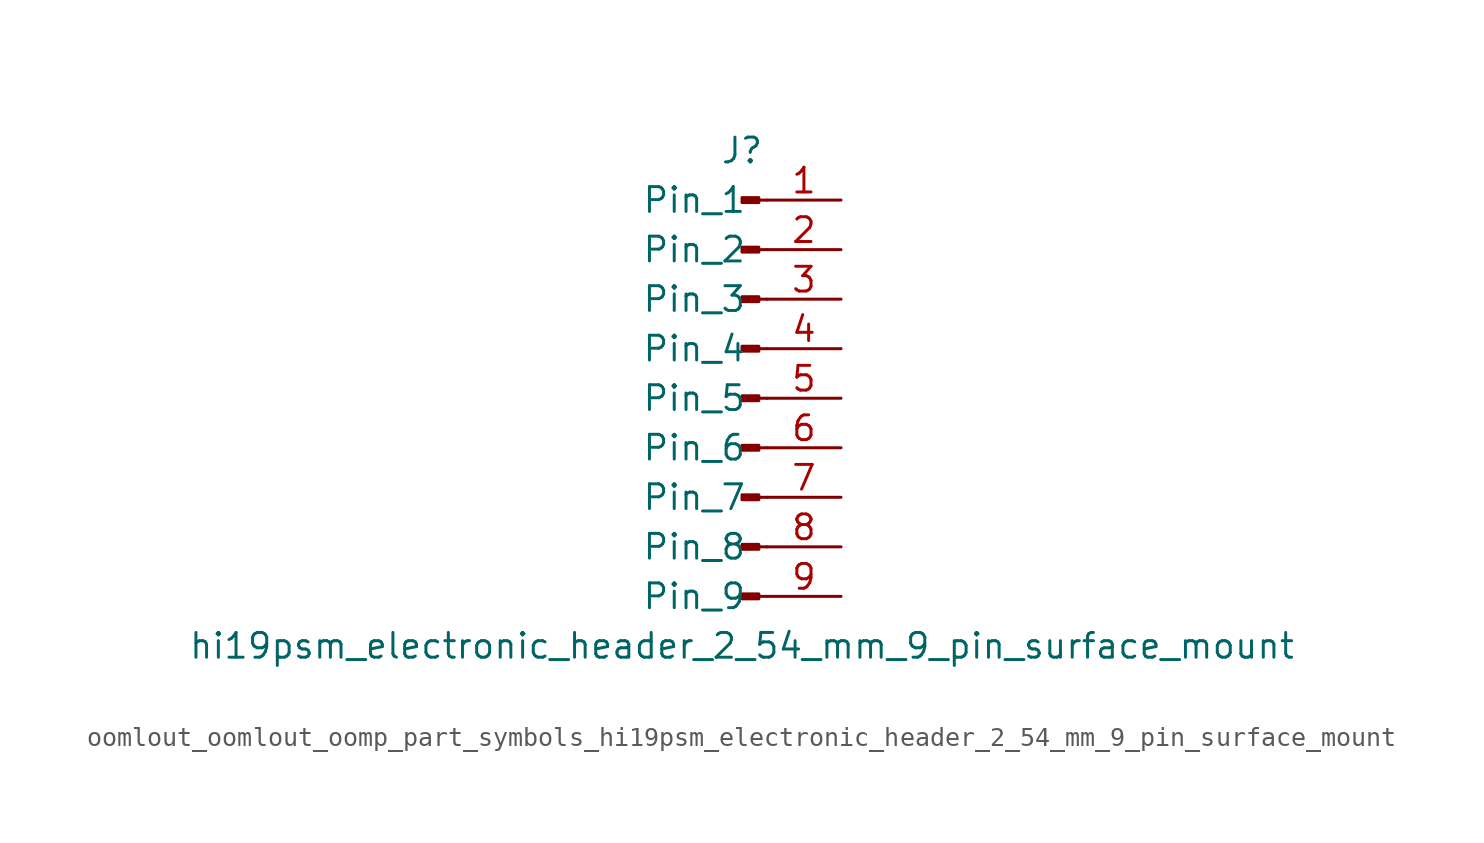
<source format=kicad_sym>
(kicad_symbol_lib
  (version 20220914)
  (generator kicad_symbol_editor)
  (symbol "oomlout_oomlout_oomp_part_symbols_hi19psm_electronic_header_2_54_mm_9_pin_surface_mount"
    (pin_names
      (offset 1.016))
    (property "Reference" "J"
      (at 0 12.7 0)
      (effects (font (size 1.27 1.27))))
    (property "Value" "hi19psm_electronic_header_2_54_mm_9_pin_surface_mount"
      (at 0 -12.7 0)
      (effects (font (size 1.27 1.27))))
    (property "ki_locked" ""
      (at 0 0 0)
      (effects (font (size 1.27 1.27))))
    (symbol "oomlout_oomlout_oomp_part_symbols_hi19psm_electronic_header_2_54_mm_9_pin_surface_mount_1_1"
      (polyline (pts (xy 1.27 -10.16) (xy 0.864 -10.16)) (stroke (width 0.152) (type default)) (fill (type none)))
      (polyline (pts (xy 1.27 -7.62) (xy 0.864 -7.62)) (stroke (width 0.152) (type default)) (fill (type none)))
      (polyline (pts (xy 1.27 -5.08) (xy 0.864 -5.08)) (stroke (width 0.152) (type default)) (fill (type none)))
      (polyline (pts (xy 1.27 -2.54) (xy 0.864 -2.54)) (stroke (width 0.152) (type default)) (fill (type none)))
      (polyline (pts (xy 1.27 0) (xy 0.864 0)) (stroke (width 0.152) (type default)) (fill (type none)))
      (polyline (pts (xy 1.27 2.54) (xy 0.864 2.54)) (stroke (width 0.152) (type default)) (fill (type none)))
      (polyline (pts (xy 1.27 5.08) (xy 0.864 5.08)) (stroke (width 0.152) (type default)) (fill (type none)))
      (polyline (pts (xy 1.27 7.62) (xy 0.864 7.62)) (stroke (width 0.152) (type default)) (fill (type none)))
      (polyline (pts (xy 1.27 10.16) (xy 0.864 10.16)) (stroke (width 0.152) (type default)) (fill (type none)))
      (rectangle (start 0.864 -10.033) (end 0 -10.287) (stroke (width 0.152) (type default)) (fill (type outline)))
      (rectangle (start 0.864 -7.493) (end 0 -7.747) (stroke (width 0.152) (type default)) (fill (type outline)))
      (rectangle (start 0.864 -4.953) (end 0 -5.207) (stroke (width 0.152) (type default)) (fill (type outline)))
      (rectangle (start 0.864 -2.413) (end 0 -2.667) (stroke (width 0.152) (type default)) (fill (type outline)))
      (rectangle (start 0.864 0.127) (end 0 -0.127) (stroke (width 0.152) (type default)) (fill (type outline)))
      (rectangle (start 0.864 2.667) (end 0 2.413) (stroke (width 0.152) (type default)) (fill (type outline)))
      (rectangle (start 0.864 5.207) (end 0 4.953) (stroke (width 0.152) (type default)) (fill (type outline)))
      (rectangle (start 0.864 7.747) (end 0 7.493) (stroke (width 0.152) (type default)) (fill (type outline)))
      (rectangle (start 0.864 10.287) (end 0 10.033) (stroke (width 0.152) (type default)) (fill (type outline)))
      (pin passive line (at 5.08 10.16 180) (length 3.81) (name "Pin_1" (effects (font (size 1.27 1.27)))) (number "1" (effects (font (size 1.27 1.27)))))
      (pin passive line (at 5.08 7.62 180) (length 3.81) (name "Pin_2" (effects (font (size 1.27 1.27)))) (number "2" (effects (font (size 1.27 1.27)))))
      (pin passive line (at 5.08 5.08 180) (length 3.81) (name "Pin_3" (effects (font (size 1.27 1.27)))) (number "3" (effects (font (size 1.27 1.27)))))
      (pin passive line (at 5.08 2.54 180) (length 3.81) (name "Pin_4" (effects (font (size 1.27 1.27)))) (number "4" (effects (font (size 1.27 1.27)))))
      (pin passive line (at 5.08 0 180) (length 3.81) (name "Pin_5" (effects (font (size 1.27 1.27)))) (number "5" (effects (font (size 1.27 1.27)))))
      (pin passive line (at 5.08 -2.54 180) (length 3.81) (name "Pin_6" (effects (font (size 1.27 1.27)))) (number "6" (effects (font (size 1.27 1.27)))))
      (pin passive line (at 5.08 -5.08 180) (length 3.81) (name "Pin_7" (effects (font (size 1.27 1.27)))) (number "7" (effects (font (size 1.27 1.27)))))
      (pin passive line (at 5.08 -7.62 180) (length 3.81) (name "Pin_8" (effects (font (size 1.27 1.27)))) (number "8" (effects (font (size 1.27 1.27)))))
      (pin passive line (at 5.08 -10.16 180) (length 3.81) (name "Pin_9" (effects (font (size 1.27 1.27)))) (number "9" (effects (font (size 1.27 1.27))))))))
</source>
